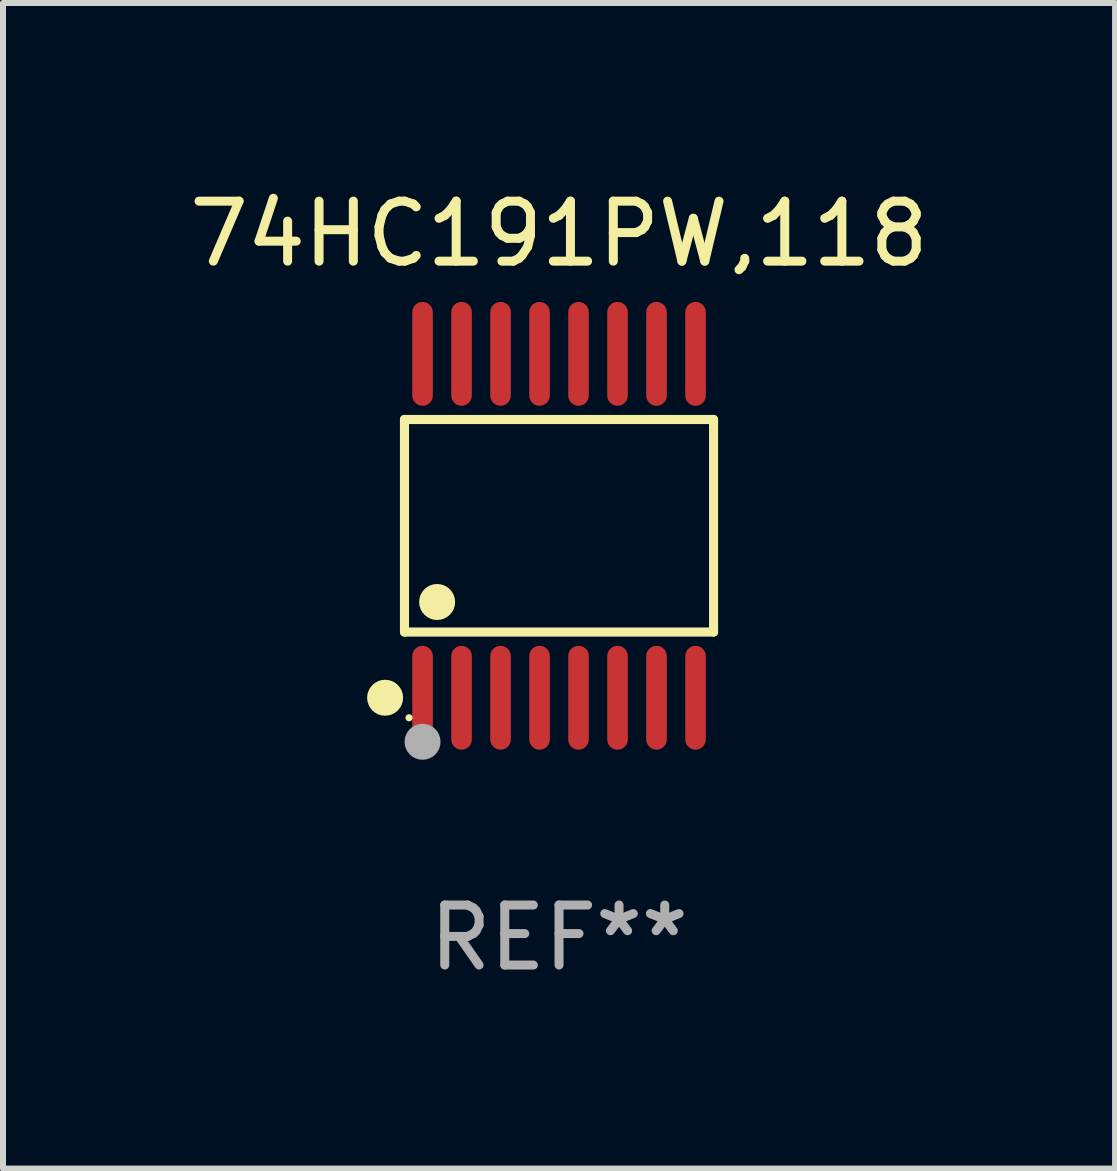
<source format=kicad_pcb>
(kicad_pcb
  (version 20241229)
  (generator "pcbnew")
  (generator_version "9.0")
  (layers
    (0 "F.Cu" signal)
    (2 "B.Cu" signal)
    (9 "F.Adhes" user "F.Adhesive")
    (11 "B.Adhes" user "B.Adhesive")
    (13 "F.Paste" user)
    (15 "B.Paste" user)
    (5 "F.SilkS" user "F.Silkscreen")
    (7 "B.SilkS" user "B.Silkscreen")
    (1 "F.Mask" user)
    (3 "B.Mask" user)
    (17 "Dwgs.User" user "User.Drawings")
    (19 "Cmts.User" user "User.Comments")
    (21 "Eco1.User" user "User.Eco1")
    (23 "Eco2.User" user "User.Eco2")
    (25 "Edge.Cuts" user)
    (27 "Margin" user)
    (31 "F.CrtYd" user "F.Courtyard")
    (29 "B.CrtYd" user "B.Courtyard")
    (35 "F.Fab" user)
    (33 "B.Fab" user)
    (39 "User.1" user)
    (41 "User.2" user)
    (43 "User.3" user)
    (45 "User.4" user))
  (footprint "74HC191PW,118"
    (layer "F.Cu")
    (at 6.268 5.714)
    (property "Reference" "74HC191PW,118" (at 0 -4.866 0) (layer "F.SilkS") (effects (font (size 1 1) (thickness 0.15))))
    (attr through_hole)
    (fp_line (start -2.576 -1.772) (end 2.576 -1.772) (stroke (width 0.152) (type solid)) (layer "F.SilkS"))
    (fp_line (start -2.576 1.771) (end -2.576 -1.772) (stroke (width 0.152) (type solid)) (layer "F.SilkS"))
    (fp_line (start 2.576 -1.772) (end 2.576 1.771) (stroke (width 0.152) (type solid)) (layer "F.SilkS"))
    (fp_line (start 2.576 1.771) (end -2.576 1.771) (stroke (width 0.152) (type solid)) (layer "F.SilkS"))
    (fp_circle (center -2.899 2.866) (end -2.749 2.866) (stroke (width 0.3) (type solid)) (fill no) (layer "F.SilkS"))
    (fp_circle (center -2.5 3.2) (end -2.47 3.2) (stroke (width 0.06) (type solid)) (fill no) (layer "F.SilkS"))
    (fp_circle (center -2.032 1.27) (end -1.882 1.27) (stroke (width 0.3) (type solid)) (fill no) (layer "F.SilkS"))
    (fp_circle (center -2.275 3.6) (end -2.125 3.6) (stroke (width 0.3) (type solid)) (fill no) (layer "F.Fab"))
    (fp_text user "REF**" (at 0 6.866 0) (layer "F.Fab") (effects (font (size 1 1) (thickness 0.15))))
    (pad "1" smd oval (at -2.275 2.866) (size 0.343 1.731) (layers "F.Cu" "F.Mask" "F.Paste"))
    (pad "2" smd oval (at -1.625 2.866) (size 0.343 1.731) (layers "F.Cu" "F.Mask" "F.Paste"))
    (pad "3" smd oval (at -0.975 2.866) (size 0.343 1.731) (layers "F.Cu" "F.Mask" "F.Paste"))
    (pad "4" smd oval (at -0.325 2.866) (size 0.343 1.731) (layers "F.Cu" "F.Mask" "F.Paste"))
    (pad "5" smd oval (at 0.325 2.866) (size 0.343 1.731) (layers "F.Cu" "F.Mask" "F.Paste"))
    (pad "6" smd oval (at 0.975 2.866) (size 0.343 1.731) (layers "F.Cu" "F.Mask" "F.Paste"))
    (pad "7" smd oval (at 1.625 2.866) (size 0.343 1.731) (layers "F.Cu" "F.Mask" "F.Paste"))
    (pad "8" smd oval (at 2.275 2.866) (size 0.343 1.731) (layers "F.Cu" "F.Mask" "F.Paste"))
    (pad "9" smd oval (at 2.275 -2.866) (size 0.343 1.731) (layers "F.Cu" "F.Mask" "F.Paste"))
    (pad "10" smd oval (at 1.625 -2.866) (size 0.343 1.731) (layers "F.Cu" "F.Mask" "F.Paste"))
    (pad "11" smd oval (at 0.975 -2.866) (size 0.343 1.731) (layers "F.Cu" "F.Mask" "F.Paste"))
    (pad "12" smd oval (at 0.325 -2.866) (size 0.343 1.731) (layers "F.Cu" "F.Mask" "F.Paste"))
    (pad "13" smd oval (at -0.325 -2.866) (size 0.343 1.731) (layers "F.Cu" "F.Mask" "F.Paste"))
    (pad "14" smd oval (at -0.975 -2.866) (size 0.343 1.731) (layers "F.Cu" "F.Mask" "F.Paste"))
    (pad "15" smd oval (at -1.625 -2.866) (size 0.343 1.731) (layers "F.Cu" "F.Mask" "F.Paste"))
    (pad "16" smd oval (at -2.275 -2.866) (size 0.343 1.731) (layers "F.Cu" "F.Mask" "F.Paste")))
  (gr_rect
    (start -3 -3)
    (end 15.536 16.428)
    (stroke (width 0.1) (type default))
    (fill no)
    (layer "Edge.Cuts")))
</source>
